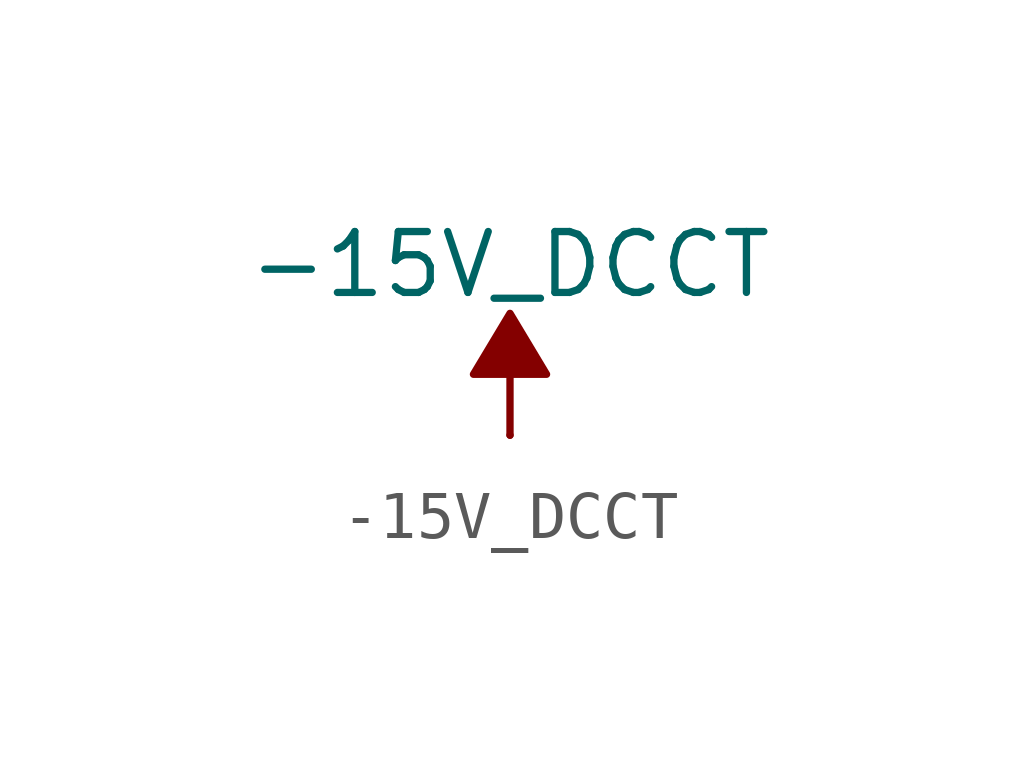
<source format=kicad_sym>
(kicad_symbol_lib
  (version 20241209)
  (generator "kicad_symbol_editor")
  (generator_version "9.0")
  (symbol "-15V_DCCT"
    (power)
    (pin_numbers
      (hide yes))
    (pin_names
      (offset 0)
      (hide yes))
    (property "Reference" "#PWR"
      (at 0 -3.81 0)
      (effects (font (size 1.27 1.27)) (hide yes)))
    (property "Value" "-15V_DCCT"
      (at 0 3.556 0)
      (effects (font (size 1.27 1.27))))
    (symbol "-15V_DCCT_0_0"
      (pin power_in line (at 0 0 90) (length 0) (name "~" (effects (font (size 1.27 1.27)))) (number "1" (effects (font (size 1.27 1.27))))))
    (symbol "-15V_DCCT_0_1"
      (polyline (pts (xy 0 0) (xy 0 1.27) (xy 0.762 1.27) (xy 0 2.54) (xy -0.762 1.27) (xy 0 1.27)) (stroke (width 0) (type default)) (fill (type outline))))))
</source>
